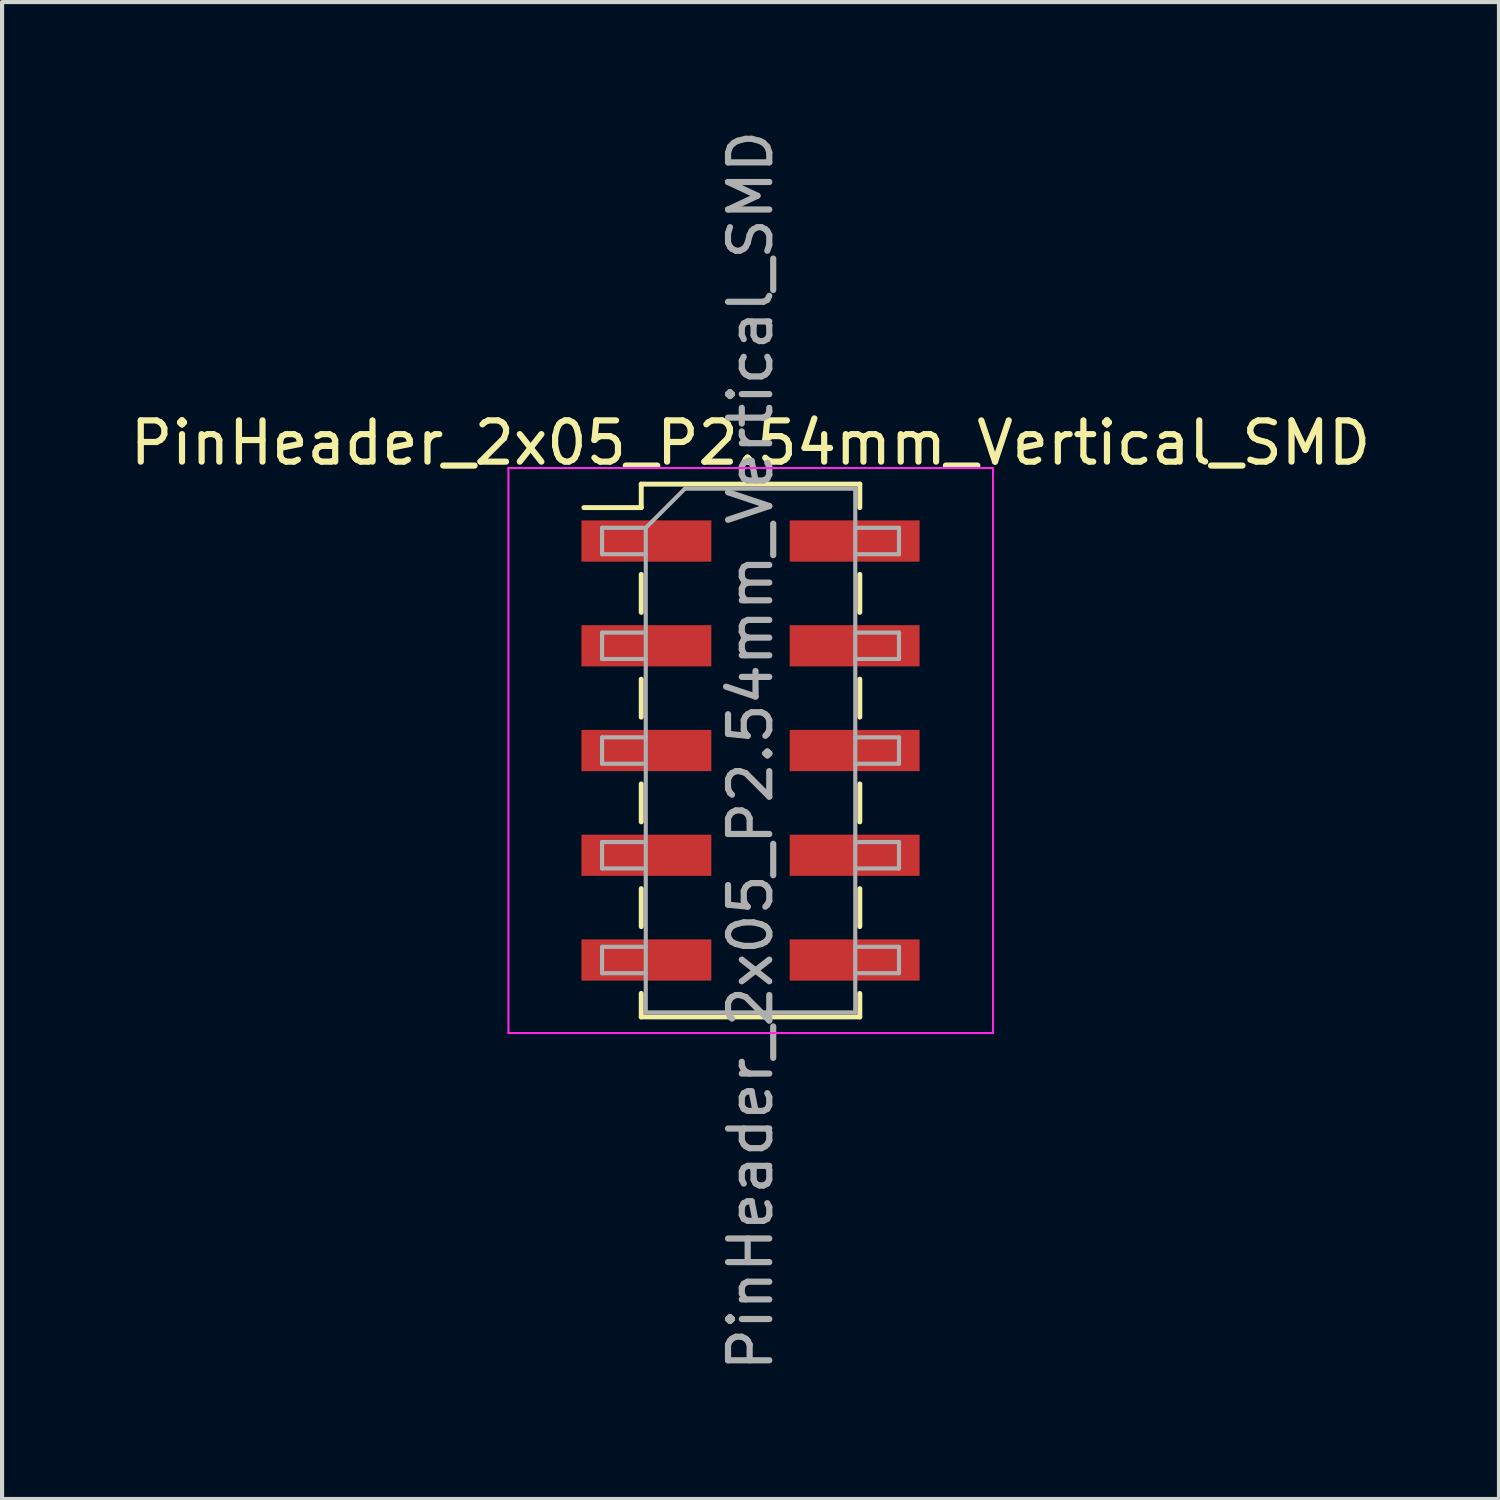
<source format=kicad_pcb>
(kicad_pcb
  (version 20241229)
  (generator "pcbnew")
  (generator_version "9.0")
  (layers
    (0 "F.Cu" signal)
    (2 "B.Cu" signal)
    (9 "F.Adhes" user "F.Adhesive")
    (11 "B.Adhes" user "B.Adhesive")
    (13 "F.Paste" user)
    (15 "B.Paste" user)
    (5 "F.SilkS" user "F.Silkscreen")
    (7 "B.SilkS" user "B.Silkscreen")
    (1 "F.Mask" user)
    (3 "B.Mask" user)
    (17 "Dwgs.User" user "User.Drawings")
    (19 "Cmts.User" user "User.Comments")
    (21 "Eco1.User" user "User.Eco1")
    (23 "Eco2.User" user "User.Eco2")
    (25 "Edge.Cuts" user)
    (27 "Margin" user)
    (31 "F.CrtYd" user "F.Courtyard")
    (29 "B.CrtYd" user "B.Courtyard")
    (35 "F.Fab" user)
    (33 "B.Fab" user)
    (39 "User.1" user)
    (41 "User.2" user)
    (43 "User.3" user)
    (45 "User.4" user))
  (footprint "PinHeader_2x05_P2.54mm_Vertical_SMD"
    (layer "F.Cu")
    (at 15.149 15.149)
    (property "Reference" "PinHeader_2x05_P2.54mm_Vertical_SMD" (at 0 -7.46 0) (layer "F.SilkS") (effects (font (size 1 1) (thickness 0.15))))
    (attr smd)
    (fp_line (start -4.04 -5.89) (end -2.65 -5.89) (stroke (width 0.12) (type solid)) (layer "F.SilkS"))
    (fp_line (start -2.65 -6.46) (end -2.65 -5.89) (stroke (width 0.12) (type solid)) (layer "F.SilkS"))
    (fp_line (start -2.65 -6.46) (end 2.65 -6.46) (stroke (width 0.12) (type solid)) (layer "F.SilkS"))
    (fp_line (start -2.65 -4.27) (end -2.65 -3.35) (stroke (width 0.12) (type solid)) (layer "F.SilkS"))
    (fp_line (start -2.65 -1.73) (end -2.65 -0.81) (stroke (width 0.12) (type solid)) (layer "F.SilkS"))
    (fp_line (start -2.65 0.81) (end -2.65 1.73) (stroke (width 0.12) (type solid)) (layer "F.SilkS"))
    (fp_line (start -2.65 3.35) (end -2.65 4.27) (stroke (width 0.12) (type solid)) (layer "F.SilkS"))
    (fp_line (start -2.65 5.89) (end -2.65 6.46) (stroke (width 0.12) (type solid)) (layer "F.SilkS"))
    (fp_line (start -2.65 6.46) (end 2.65 6.46) (stroke (width 0.12) (type solid)) (layer "F.SilkS"))
    (fp_line (start 2.65 -6.46) (end 2.65 -5.89) (stroke (width 0.12) (type solid)) (layer "F.SilkS"))
    (fp_line (start 2.65 -4.27) (end 2.65 -3.35) (stroke (width 0.12) (type solid)) (layer "F.SilkS"))
    (fp_line (start 2.65 -1.73) (end 2.65 -0.81) (stroke (width 0.12) (type solid)) (layer "F.SilkS"))
    (fp_line (start 2.65 0.81) (end 2.65 1.73) (stroke (width 0.12) (type solid)) (layer "F.SilkS"))
    (fp_line (start 2.65 3.35) (end 2.65 4.27) (stroke (width 0.12) (type solid)) (layer "F.SilkS"))
    (fp_line (start 2.65 5.89) (end 2.65 6.46) (stroke (width 0.12) (type solid)) (layer "F.SilkS"))
    (fp_line (start -5.87 -6.85) (end -5.87 6.85) (stroke (width 0.05) (type solid)) (layer "F.CrtYd"))
    (fp_line (start -5.87 6.85) (end 5.88 6.85) (stroke (width 0.05) (type solid)) (layer "F.CrtYd"))
    (fp_line (start 5.88 -6.85) (end -5.87 -6.85) (stroke (width 0.05) (type solid)) (layer "F.CrtYd"))
    (fp_line (start 5.88 6.85) (end 5.88 -6.85) (stroke (width 0.05) (type solid)) (layer "F.CrtYd"))
    (fp_line (start -3.6 -5.4) (end -3.6 -4.76) (stroke (width 0.1) (type solid)) (layer "F.Fab"))
    (fp_line (start -3.6 -4.76) (end -2.54 -4.76) (stroke (width 0.1) (type solid)) (layer "F.Fab"))
    (fp_line (start -3.6 -2.86) (end -3.6 -2.22) (stroke (width 0.1) (type solid)) (layer "F.Fab"))
    (fp_line (start -3.6 -2.22) (end -2.54 -2.22) (stroke (width 0.1) (type solid)) (layer "F.Fab"))
    (fp_line (start -3.6 -0.32) (end -3.6 0.32) (stroke (width 0.1) (type solid)) (layer "F.Fab"))
    (fp_line (start -3.6 0.32) (end -2.54 0.32) (stroke (width 0.1) (type solid)) (layer "F.Fab"))
    (fp_line (start -3.6 2.22) (end -3.6 2.86) (stroke (width 0.1) (type solid)) (layer "F.Fab"))
    (fp_line (start -3.6 2.86) (end -2.54 2.86) (stroke (width 0.1) (type solid)) (layer "F.Fab"))
    (fp_line (start -3.6 4.76) (end -3.6 5.4) (stroke (width 0.1) (type solid)) (layer "F.Fab"))
    (fp_line (start -3.6 5.4) (end -2.54 5.4) (stroke (width 0.1) (type solid)) (layer "F.Fab"))
    (fp_line (start -2.54 -5.4) (end -3.6 -5.4) (stroke (width 0.1) (type solid)) (layer "F.Fab"))
    (fp_line (start -2.54 -5.4) (end -1.59 -6.35) (stroke (width 0.1) (type solid)) (layer "F.Fab"))
    (fp_line (start -2.54 -2.86) (end -3.6 -2.86) (stroke (width 0.1) (type solid)) (layer "F.Fab"))
    (fp_line (start -2.54 -0.32) (end -3.6 -0.32) (stroke (width 0.1) (type solid)) (layer "F.Fab"))
    (fp_line (start -2.54 2.22) (end -3.6 2.22) (stroke (width 0.1) (type solid)) (layer "F.Fab"))
    (fp_line (start -2.54 4.76) (end -3.6 4.76) (stroke (width 0.1) (type solid)) (layer "F.Fab"))
    (fp_line (start -2.54 6.35) (end -2.54 -5.4) (stroke (width 0.1) (type solid)) (layer "F.Fab"))
    (fp_line (start -1.59 -6.35) (end 2.54 -6.35) (stroke (width 0.1) (type solid)) (layer "F.Fab"))
    (fp_line (start 2.54 -6.35) (end 2.54 6.35) (stroke (width 0.1) (type solid)) (layer "F.Fab"))
    (fp_line (start 2.54 -5.4) (end 3.6 -5.4) (stroke (width 0.1) (type solid)) (layer "F.Fab"))
    (fp_line (start 2.54 -2.86) (end 3.6 -2.86) (stroke (width 0.1) (type solid)) (layer "F.Fab"))
    (fp_line (start 2.54 -0.32) (end 3.6 -0.32) (stroke (width 0.1) (type solid)) (layer "F.Fab"))
    (fp_line (start 2.54 2.22) (end 3.6 2.22) (stroke (width 0.1) (type solid)) (layer "F.Fab"))
    (fp_line (start 2.54 4.76) (end 3.6 4.76) (stroke (width 0.1) (type solid)) (layer "F.Fab"))
    (fp_line (start 2.54 6.35) (end -2.54 6.35) (stroke (width 0.1) (type solid)) (layer "F.Fab"))
    (fp_line (start 3.6 -5.4) (end 3.6 -4.76) (stroke (width 0.1) (type solid)) (layer "F.Fab"))
    (fp_line (start 3.6 -4.76) (end 2.54 -4.76) (stroke (width 0.1) (type solid)) (layer "F.Fab"))
    (fp_line (start 3.6 -2.86) (end 3.6 -2.22) (stroke (width 0.1) (type solid)) (layer "F.Fab"))
    (fp_line (start 3.6 -2.22) (end 2.54 -2.22) (stroke (width 0.1) (type solid)) (layer "F.Fab"))
    (fp_line (start 3.6 -0.32) (end 3.6 0.32) (stroke (width 0.1) (type solid)) (layer "F.Fab"))
    (fp_line (start 3.6 0.32) (end 2.54 0.32) (stroke (width 0.1) (type solid)) (layer "F.Fab"))
    (fp_line (start 3.6 2.22) (end 3.6 2.86) (stroke (width 0.1) (type solid)) (layer "F.Fab"))
    (fp_line (start 3.6 2.86) (end 2.54 2.86) (stroke (width 0.1) (type solid)) (layer "F.Fab"))
    (fp_line (start 3.6 4.76) (end 3.6 5.4) (stroke (width 0.1) (type solid)) (layer "F.Fab"))
    (fp_line (start 3.6 5.4) (end 2.54 5.4) (stroke (width 0.1) (type solid)) (layer "F.Fab"))
    (fp_text user "${REFERENCE}" (at 0 0 90) (layer "F.Fab") (effects (font (size 1 1) (thickness 0.15))))
    (pad "1" smd rect (at -2.525 -5.08) (size 3.15 1) (layers "F.Cu" "F.Mask" "F.Paste"))
    (pad "2" smd rect (at 2.525 -5.08) (size 3.15 1) (layers "F.Cu" "F.Mask" "F.Paste"))
    (pad "3" smd rect (at -2.525 -2.54) (size 3.15 1) (layers "F.Cu" "F.Mask" "F.Paste"))
    (pad "4" smd rect (at 2.525 -2.54) (size 3.15 1) (layers "F.Cu" "F.Mask" "F.Paste"))
    (pad "5" smd rect (at -2.525 0) (size 3.15 1) (layers "F.Cu" "F.Mask" "F.Paste"))
    (pad "6" smd rect (at 2.525 0) (size 3.15 1) (layers "F.Cu" "F.Mask" "F.Paste"))
    (pad "7" smd rect (at -2.525 2.54) (size 3.15 1) (layers "F.Cu" "F.Mask" "F.Paste"))
    (pad "8" smd rect (at 2.525 2.54) (size 3.15 1) (layers "F.Cu" "F.Mask" "F.Paste"))
    (pad "9" smd rect (at -2.525 5.08) (size 3.15 1) (layers "F.Cu" "F.Mask" "F.Paste"))
    (pad "10" smd rect (at 2.525 5.08) (size 3.15 1) (layers "F.Cu" "F.Mask" "F.Paste")))
  (gr_rect
    (start -3 -3)
    (end 33.298 33.298)
    (stroke (width 0.1) (type default))
    (fill no)
    (layer "Edge.Cuts")))
</source>
